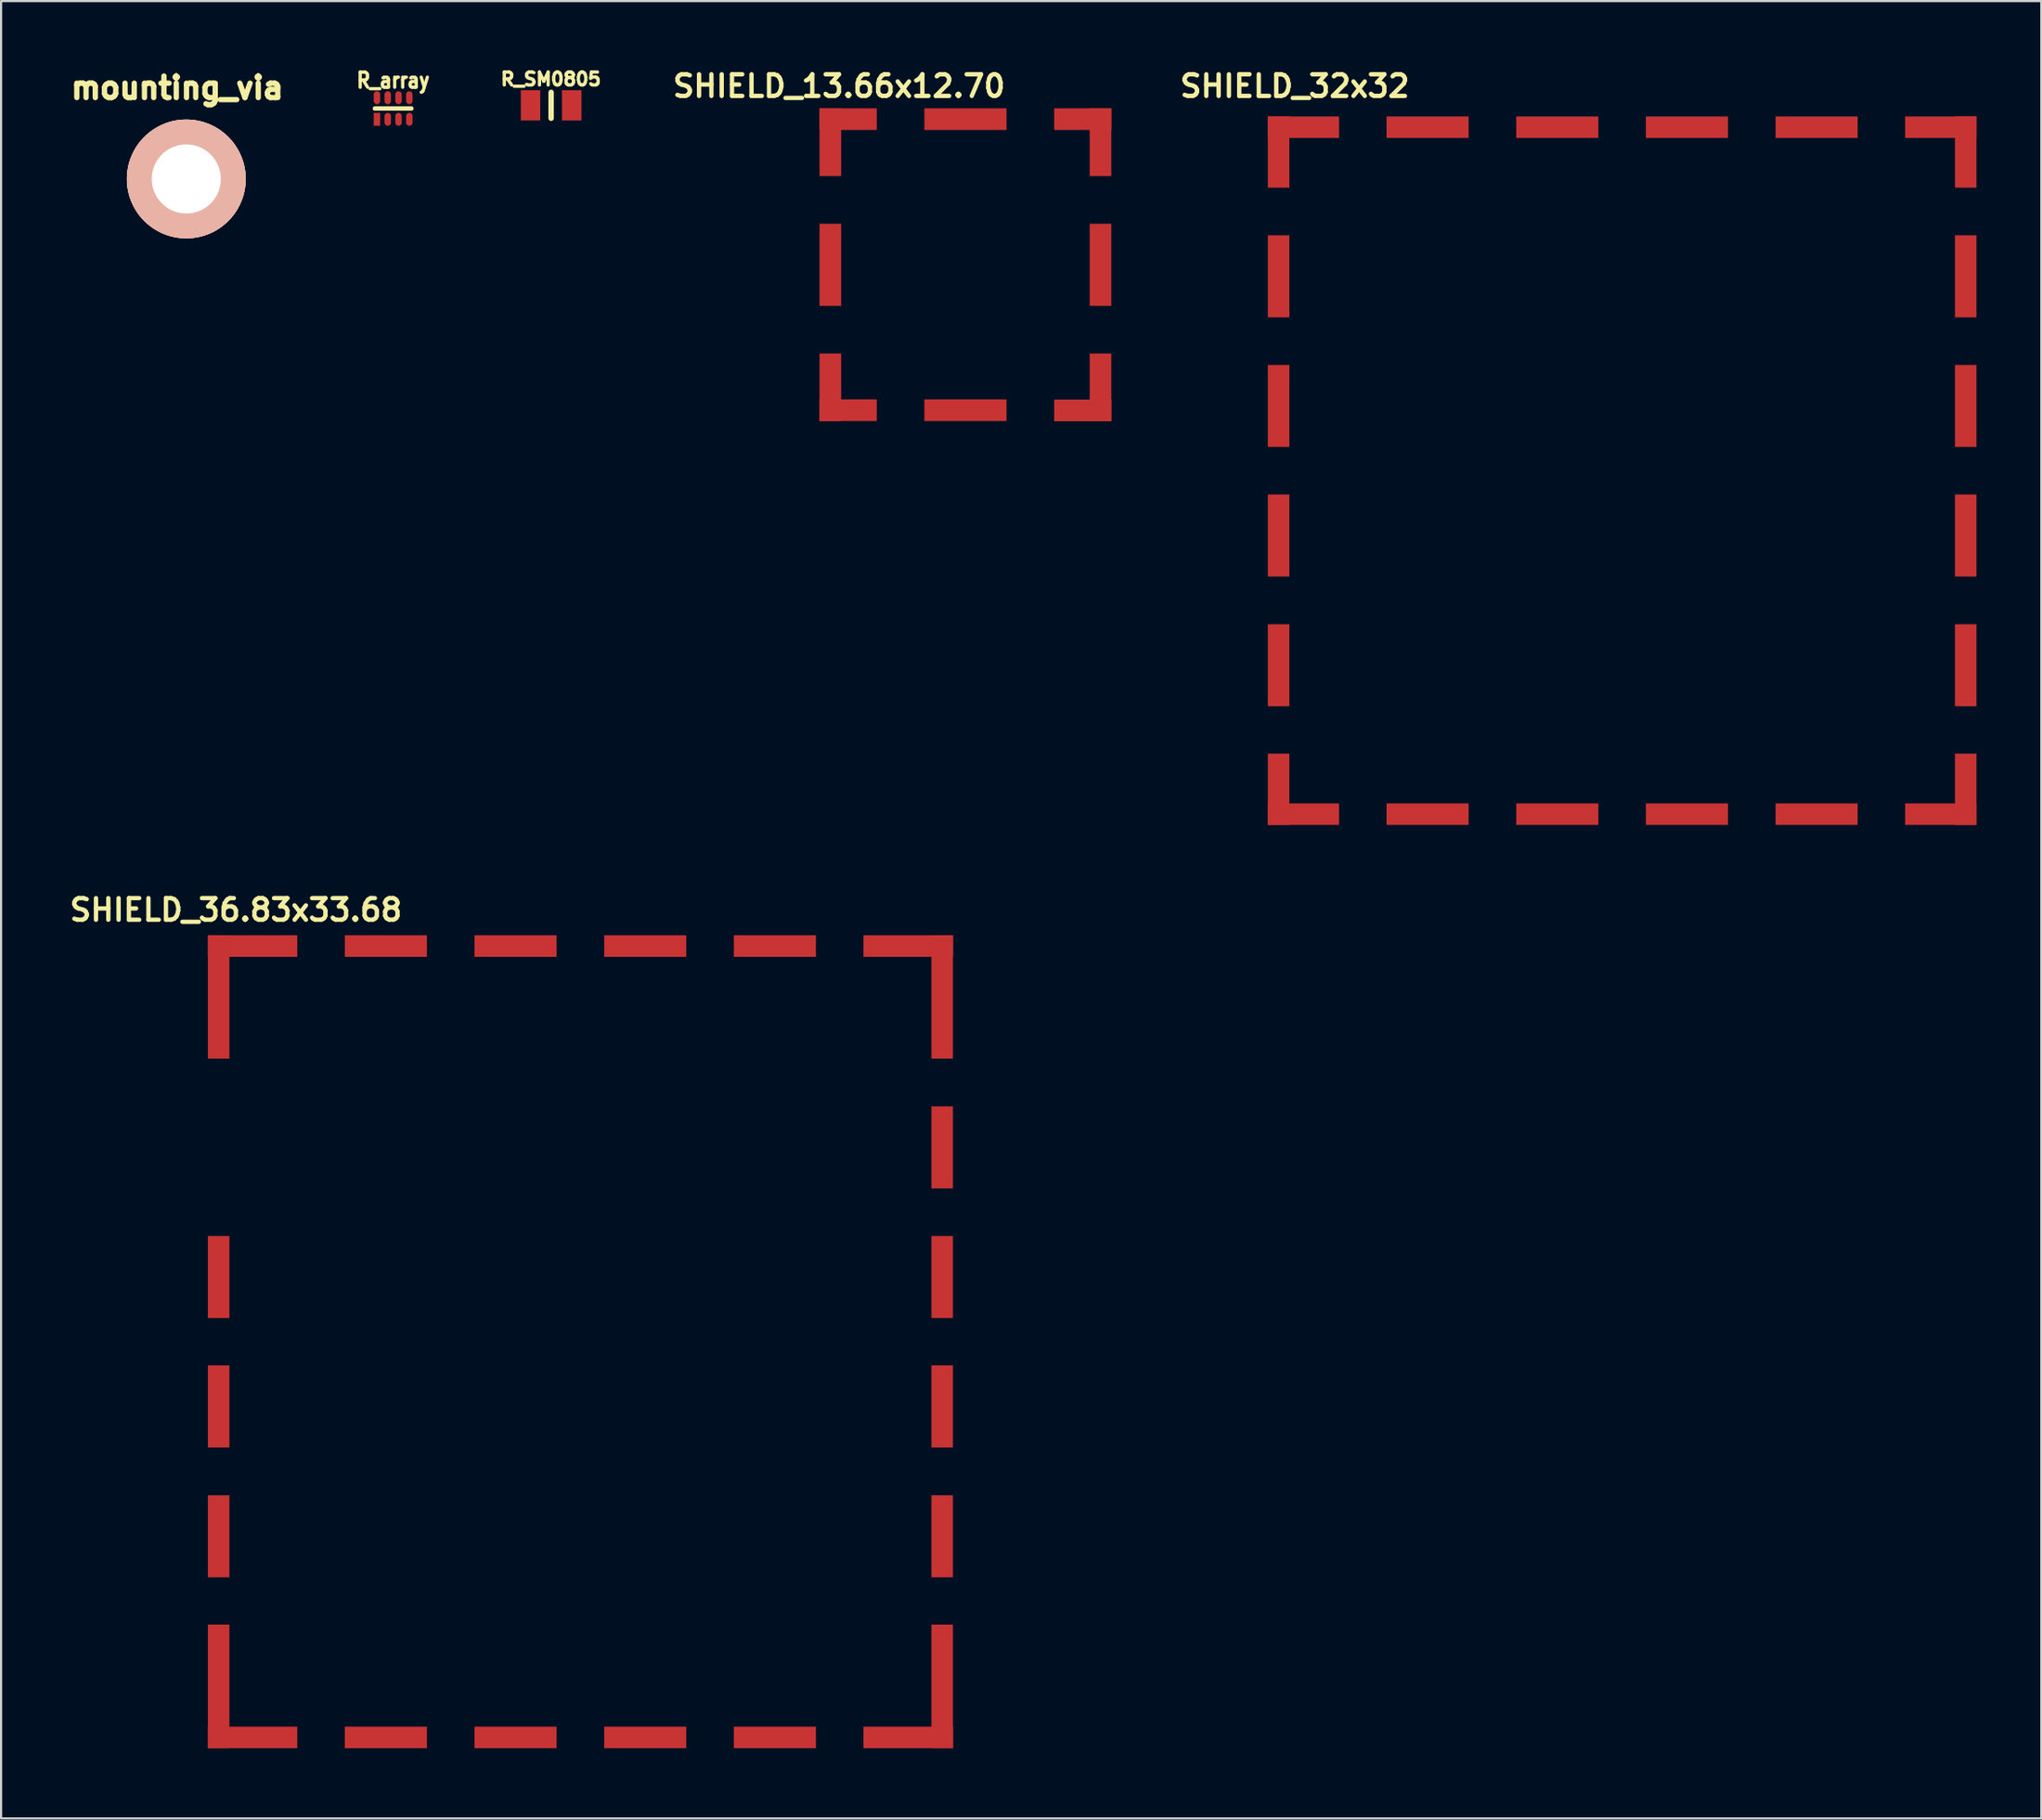
<source format=kicad_pcb>
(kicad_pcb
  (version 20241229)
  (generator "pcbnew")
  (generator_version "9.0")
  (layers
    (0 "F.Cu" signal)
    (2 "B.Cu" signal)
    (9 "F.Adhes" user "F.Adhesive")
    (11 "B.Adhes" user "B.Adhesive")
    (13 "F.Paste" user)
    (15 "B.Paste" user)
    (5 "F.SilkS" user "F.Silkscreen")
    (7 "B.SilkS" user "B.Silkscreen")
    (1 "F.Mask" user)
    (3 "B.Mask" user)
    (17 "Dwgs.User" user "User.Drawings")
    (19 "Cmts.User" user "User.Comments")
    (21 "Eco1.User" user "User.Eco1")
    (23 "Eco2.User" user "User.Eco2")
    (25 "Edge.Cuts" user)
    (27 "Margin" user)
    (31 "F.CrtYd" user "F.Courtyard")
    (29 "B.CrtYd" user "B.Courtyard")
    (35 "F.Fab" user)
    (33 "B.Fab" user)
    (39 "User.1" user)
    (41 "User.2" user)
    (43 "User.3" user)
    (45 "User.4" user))
  (footprint "SHIELD_32x32"
    (layer "F.Cu")
    (at 57.263 32.986)
    (property "Reference" "SHIELD_32x32" (at -0.4 -32.05 0) (layer "F.SilkS") (effects (font (size 1 1) (thickness 0.2))))
    (attr smd)
    (pad "1" smd rect (at -1.148 -28.999) (size 0.996 3.299) (layers "F.Cu" "F.Mask" "F.Paste"))
    (pad "1" smd rect (at -1.148 -23.246) (size 0.996 3.797) (layers "F.Cu" "F.Mask" "F.Paste"))
    (pad "1" smd rect (at -1.148 -17.247) (size 0.996 3.797) (layers "F.Cu" "F.Mask" "F.Paste"))
    (pad "1" smd rect (at -1.148 -11.25) (size 0.996 3.797) (layers "F.Cu" "F.Mask" "F.Paste"))
    (pad "1" smd rect (at -1.148 -5.245) (size 0.996 3.797) (layers "F.Cu" "F.Mask" "F.Paste"))
    (pad "1" smd rect (at -1.148 0.495) (size 0.996 3.299) (layers "F.Cu" "F.Mask" "F.Paste"))
    (pad "1" smd rect (at 0 -30.147 90) (size 0.996 3.299) (layers "F.Cu" "F.Mask" "F.Paste"))
    (pad "1" smd rect (at 0 1.648 90) (size 0.996 3.299) (layers "F.Cu" "F.Mask" "F.Paste"))
    (pad "1" smd rect (at 5.745 -30.147 90) (size 0.996 3.797) (layers "F.Cu" "F.Mask" "F.Paste"))
    (pad "1" smd rect (at 5.745 1.648 90) (size 0.996 3.797) (layers "F.Cu" "F.Mask" "F.Paste"))
    (pad "1" smd rect (at 11.748 -30.147 90) (size 0.996 3.797) (layers "F.Cu" "F.Mask" "F.Paste"))
    (pad "1" smd rect (at 11.748 1.648 90) (size 0.996 3.797) (layers "F.Cu" "F.Mask" "F.Paste"))
    (pad "1" smd rect (at 17.747 -30.147 90) (size 0.996 3.797) (layers "F.Cu" "F.Mask" "F.Paste"))
    (pad "1" smd rect (at 17.747 1.648 90) (size 0.996 3.797) (layers "F.Cu" "F.Mask" "F.Paste"))
    (pad "1" smd rect (at 23.746 -30.147 90) (size 0.996 3.797) (layers "F.Cu" "F.Mask" "F.Paste"))
    (pad "1" smd rect (at 23.746 1.648 90) (size 0.996 3.797) (layers "F.Cu" "F.Mask" "F.Paste"))
    (pad "1" smd rect (at 29.494 -30.147 90) (size 0.996 3.299) (layers "F.Cu" "F.Mask" "F.Paste"))
    (pad "1" smd rect (at 29.494 1.648 90) (size 0.996 3.299) (layers "F.Cu" "F.Mask" "F.Paste"))
    (pad "1" smd rect (at 30.645 -28.999) (size 0.996 3.299) (layers "F.Cu" "F.Mask" "F.Paste"))
    (pad "1" smd rect (at 30.645 -23.246) (size 0.996 3.797) (layers "F.Cu" "F.Mask" "F.Paste"))
    (pad "1" smd rect (at 30.645 -17.247) (size 0.996 3.797) (layers "F.Cu" "F.Mask" "F.Paste"))
    (pad "1" smd rect (at 30.645 -11.25) (size 0.996 3.797) (layers "F.Cu" "F.Mask" "F.Paste"))
    (pad "1" smd rect (at 30.645 -5.245) (size 0.996 3.797) (layers "F.Cu" "F.Mask" "F.Paste"))
    (pad "1" smd rect (at 30.645 0.495) (size 0.996 3.299) (layers "F.Cu" "F.Mask" "F.Paste")))
  (footprint "R_array"
    (layer "F.Cu")
    (at 15.142 1.972)
    (property "Reference" "R_array" (at 0 -1.3 0) (layer "F.SilkS") (effects (font (size 0.699 0.599) (thickness 0.15))))
    (attr smd)
    (fp_line (start -0.848 0) (end 0.848 0) (stroke (width 0.201) (type solid)) (layer "F.SilkS"))
    (pad "1" smd rect (at -0.749 0.5) (size 0.297 0.597) (layers "F.Cu" "F.Mask" "F.Paste"))
    (pad "2" smd oval (at -0.249 0.5) (size 0.297 0.597) (layers "F.Cu" "F.Mask" "F.Paste"))
    (pad "3" smd oval (at 0.249 0.5) (size 0.297 0.597) (layers "F.Cu" "F.Mask" "F.Paste"))
    (pad "4" smd oval (at 0.749 0.5) (size 0.297 0.597) (layers "F.Cu" "F.Mask" "F.Paste"))
    (pad "5" smd oval (at 0.749 -0.5) (size 0.297 0.597) (layers "F.Cu" "F.Mask" "F.Paste"))
    (pad "6" smd oval (at 0.249 -0.5) (size 0.297 0.597) (layers "F.Cu" "F.Mask" "F.Paste"))
    (pad "7" smd oval (at -0.249 -0.5) (size 0.297 0.597) (layers "F.Cu" "F.Mask" "F.Paste"))
    (pad "8" smd oval (at -0.749 -0.5) (size 0.297 0.597) (layers "F.Cu" "F.Mask" "F.Paste")))
  (footprint "SHIELD_13.66x12.70"
    (layer "F.Cu")
    (at 34.873 16.436)
    (property "Reference" "SHIELD_13.66x12.70" (at 0.9 -15.5 0) (layer "F.SilkS") (effects (font (size 1 1) (thickness 0.2))))
    (attr smd)
    (pad "1" smd rect (at 0.5 -12.901) (size 1.001 3.129) (layers "F.Cu" "F.Mask" "F.Paste"))
    (pad "1" smd rect (at 0.5 -7.229) (size 1.001 3.8) (layers "F.Cu" "F.Mask" "F.Paste"))
    (pad "1" smd rect (at 0.5 -1.56) (size 1.001 3.129) (layers "F.Cu" "F.Mask" "F.Paste"))
    (pad "1" smd rect (at 1.321 -13.97 90) (size 1.001 2.649) (layers "F.Cu" "F.Mask" "F.Paste"))
    (pad "1" smd rect (at 1.321 -0.5 90) (size 1.001 2.649) (layers "F.Cu" "F.Mask" "F.Paste"))
    (pad "1" smd rect (at 6.749 -13.97 90) (size 1.001 3.8) (layers "F.Cu" "F.Mask" "F.Paste"))
    (pad "1" smd rect (at 6.749 -0.5 90) (size 1.001 3.8) (layers "F.Cu" "F.Mask" "F.Paste"))
    (pad "1" smd rect (at 12.179 -13.97 90) (size 1.001 2.649) (layers "F.Cu" "F.Mask" "F.Paste"))
    (pad "1" smd rect (at 12.179 -0.49 90) (size 1.001 2.649) (layers "F.Cu" "F.Mask" "F.Paste"))
    (pad "1" smd rect (at 13 -12.901) (size 1.001 3.129) (layers "F.Cu" "F.Mask" "F.Paste"))
    (pad "1" smd rect (at 13 -7.229) (size 1.001 3.8) (layers "F.Cu" "F.Mask" "F.Paste"))
    (pad "1" smd rect (at 13 -1.56) (size 1.001 3.129) (layers "F.Cu" "F.Mask" "F.Paste")))
  (footprint "SHIELD_36.83x33.68"
    (layer "F.Cu")
    (at 6.567 77.868)
    (property "Reference" "SHIELD_36.83x33.68" (at 1.3 -38.8 0) (layer "F.SilkS") (effects (font (size 1 1) (thickness 0.2))))
    (attr smd)
    (pad "1" smd rect (at 0.5 -34.775) (size 0.996 5.71) (layers "F.Cu" "F.Mask" "F.Paste"))
    (pad "1" smd rect (at 0.5 -21.81) (size 0.996 3.797) (layers "F.Cu" "F.Mask" "F.Paste"))
    (pad "1" smd rect (at 0.5 -15.82) (size 0.996 3.797) (layers "F.Cu" "F.Mask" "F.Paste"))
    (pad "1" smd rect (at 0.5 -9.81) (size 0.996 3.797) (layers "F.Cu" "F.Mask" "F.Paste"))
    (pad "1" smd rect (at 0.5 -2.86) (size 0.996 5.72) (layers "F.Cu" "F.Mask" "F.Paste"))
    (pad "1" smd rect (at 2.07 -37.13 90) (size 0.996 4.14) (layers "F.Cu" "F.Mask" "F.Paste"))
    (pad "1" smd rect (at 2.07 -0.5 90) (size 0.996 4.14) (layers "F.Cu" "F.Mask" "F.Paste"))
    (pad "1" smd rect (at 8.24 -37.13 90) (size 0.996 3.797) (layers "F.Cu" "F.Mask" "F.Paste"))
    (pad "1" smd rect (at 8.24 -0.5 90) (size 0.996 3.8) (layers "F.Cu" "F.Mask" "F.Paste"))
    (pad "1" smd rect (at 14.24 -37.13 90) (size 0.996 3.797) (layers "F.Cu" "F.Mask" "F.Paste"))
    (pad "1" smd rect (at 14.24 -0.5 90) (size 0.996 3.797) (layers "F.Cu" "F.Mask" "F.Paste"))
    (pad "1" smd rect (at 20.24 -37.13 90) (size 0.996 3.797) (layers "F.Cu" "F.Mask" "F.Paste"))
    (pad "1" smd rect (at 20.24 -0.5 90) (size 0.996 3.797) (layers "F.Cu" "F.Mask" "F.Paste"))
    (pad "1" smd rect (at 26.24 -37.13 90) (size 0.996 3.797) (layers "F.Cu" "F.Mask" "F.Paste"))
    (pad "1" smd rect (at 26.24 -0.5 90) (size 0.996 3.797) (layers "F.Cu" "F.Mask" "F.Paste"))
    (pad "1" smd rect (at 32.41 -37.13 90) (size 0.996 4.14) (layers "F.Cu" "F.Mask" "F.Paste"))
    (pad "1" smd rect (at 32.41 -0.5 90) (size 0.996 4.14) (layers "F.Cu" "F.Mask" "F.Paste"))
    (pad "1" smd rect (at 33.98 -34.775) (size 0.996 5.71) (layers "F.Cu" "F.Mask" "F.Paste"))
    (pad "1" smd rect (at 33.98 -27.81) (size 0.996 3.797) (layers "F.Cu" "F.Mask" "F.Paste"))
    (pad "1" smd rect (at 33.98 -21.81) (size 0.996 3.797) (layers "F.Cu" "F.Mask" "F.Paste"))
    (pad "1" smd rect (at 33.98 -15.82) (size 0.996 3.797) (layers "F.Cu" "F.Mask" "F.Paste"))
    (pad "1" smd rect (at 33.98 -9.81) (size 0.996 3.797) (layers "F.Cu" "F.Mask" "F.Paste"))
    (pad "1" smd rect (at 33.98 -2.86) (size 0.996 5.72) (layers "F.Cu" "F.Mask" "F.Paste")))
  (footprint "R_SM0805"
    (layer "F.Cu")
    (at 22.452 1.824)
    (property "Reference" "R_SM0805" (at -0.01 -1.21 0) (layer "F.SilkS") (effects (font (size 0.6 0.6) (thickness 0.15))))
    (attr smd)
    (fp_line (start 0 -0.6) (end 0 0.6) (stroke (width 0.25) (type solid)) (layer "F.SilkS"))
    (pad "1" smd rect (at -0.953 0) (size 0.899 1.4) (layers "F.Cu" "F.Mask" "F.Paste"))
    (pad "2" smd rect (at 0.953 0) (size 0.899 1.4) (layers "F.Cu" "F.Mask" "F.Paste")))
  (footprint "mounting_via"
    (layer "F.Cu")
    (at 5.57 5.233)
    (property "Reference" "mounting_via" (at -0.417 -4.216 0) (layer "F.SilkS") (effects (font (size 0.998 0.996) (thickness 0.246))))
    (attr through_hole)
    (pad "1" thru_hole circle (at 0 0) (size 5.499 5.499) (drill 3.198) (layers "*.Cu" "*.SilkS" "*.Mask")))
  (gr_rect
    (start -3 -3)
    (end 91.407 81.118)
    (stroke (width 0.1) (type default))
    (fill no)
    (layer "Edge.Cuts")))
</source>
